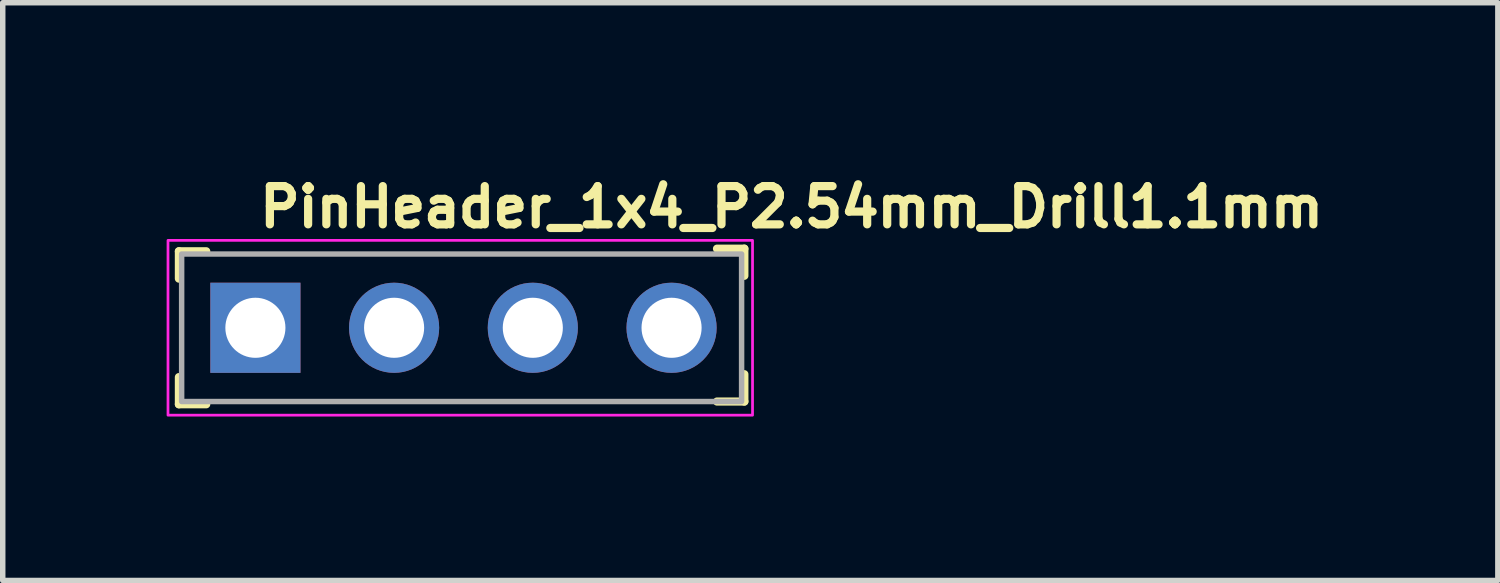
<source format=kicad_pcb>
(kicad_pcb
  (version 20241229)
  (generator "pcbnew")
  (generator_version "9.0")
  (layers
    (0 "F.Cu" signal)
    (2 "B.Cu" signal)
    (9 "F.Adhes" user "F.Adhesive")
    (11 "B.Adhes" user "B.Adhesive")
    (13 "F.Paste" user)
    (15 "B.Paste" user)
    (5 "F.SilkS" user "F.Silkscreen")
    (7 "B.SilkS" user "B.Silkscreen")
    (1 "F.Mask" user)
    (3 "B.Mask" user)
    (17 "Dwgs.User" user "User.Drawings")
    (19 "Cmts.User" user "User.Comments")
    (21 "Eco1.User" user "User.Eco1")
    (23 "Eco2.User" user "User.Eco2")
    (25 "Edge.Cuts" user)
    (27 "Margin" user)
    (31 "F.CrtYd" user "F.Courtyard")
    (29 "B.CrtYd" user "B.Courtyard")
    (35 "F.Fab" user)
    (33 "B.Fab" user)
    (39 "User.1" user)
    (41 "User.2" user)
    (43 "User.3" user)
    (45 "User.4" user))
  (footprint "PinHeader_1x4_P2.54mm_Drill1.1mm"
    (layer "F.Cu")
    (at 1.625 2.95)
    (property "Reference" "PinHeader_1x4_P2.54mm_Drill1.1mm" (at 0 -1.8 0) (layer "F.SilkS") (effects (font (size 0.7 0.7) (thickness 0.15)) (justify left bottom)))
    (attr through_hole)
    (fp_line (start -1.4 -1.4) (end -1.4 -0.9) (stroke (width 0.15) (type solid)) (layer "F.SilkS"))
    (fp_line (start -1.4 -1.4) (end -0.9 -1.4) (stroke (width 0.15) (type solid)) (layer "F.SilkS"))
    (fp_line (start -1.4 1.4) (end -1.4 0.903) (stroke (width 0.15) (type solid)) (layer "F.SilkS"))
    (fp_line (start -1.4 1.4) (end -0.9 1.4) (stroke (width 0.15) (type solid)) (layer "F.SilkS"))
    (fp_line (start 8.95 -1.448) (end 8.45 -1.448) (stroke (width 0.15) (type solid)) (layer "F.SilkS"))
    (fp_line (start 8.95 -1.448) (end 8.95 -0.952) (stroke (width 0.15) (type solid)) (layer "F.SilkS"))
    (fp_line (start 8.95 1.35) (end 8.45 1.35) (stroke (width 0.15) (type solid)) (layer "F.SilkS"))
    (fp_line (start 8.95 1.35) (end 8.95 0.85) (stroke (width 0.15) (type solid)) (layer "F.SilkS"))
    (fp_rect (start -1.6 -1.6) (end 9.1 1.6) (stroke (width 0.05) (type solid)) (fill no) (layer "F.CrtYd"))
    (fp_rect (start -1.35 -1.35) (end 8.9 1.35) (stroke (width 0.1) (type solid)) (fill no) (layer "F.Fab"))
    (fp_rect (start -1.27 -1.27) (end 8.879 1.269) (stroke (width 0.1) (type solid)) (fill no) (layer "User.5"))
    (fp_line (start -1.27 -1.27) (end 1.044 -1.27) (stroke (width 0.02) (type solid)) (layer "User.9"))
    (fp_line (start -1.27 1.269) (end -1.27 -1.27) (stroke (width 0.02) (type solid)) (layer "User.9"))
    (fp_line (start -1.27 1.269) (end 1.044 1.269) (stroke (width 0.02) (type solid)) (layer "User.9"))
    (fp_line (start -0.32 -0.32) (end -0.064 -0.064) (stroke (width 0.02) (type solid)) (layer "User.9"))
    (fp_line (start -0.32 -0.32) (end 0.32 -0.32) (stroke (width 0.02) (type solid)) (layer "User.9"))
    (fp_line (start -0.32 0.32) (end -0.32 -0.32) (stroke (width 0.02) (type solid)) (layer "User.9"))
    (fp_line (start -0.32 0.32) (end -0.064 0.064) (stroke (width 0.02) (type solid)) (layer "User.9"))
    (fp_line (start -0.32 0.32) (end 0.32 0.32) (stroke (width 0.02) (type solid)) (layer "User.9"))
    (fp_line (start -0.064 -0.064) (end 0.064 -0.064) (stroke (width 0.02) (type solid)) (layer "User.9"))
    (fp_line (start -0.064 0.064) (end -0.064 -0.064) (stroke (width 0.02) (type solid)) (layer "User.9"))
    (fp_line (start -0.064 0.064) (end 0.064 0.064) (stroke (width 0.02) (type solid)) (layer "User.9"))
    (fp_line (start 0.064 0.064) (end 0.064 -0.064) (stroke (width 0.02) (type solid)) (layer "User.9"))
    (fp_line (start 0.32 -0.32) (end 0.064 -0.064) (stroke (width 0.02) (type solid)) (layer "User.9"))
    (fp_line (start 0.32 0.32) (end 0.064 0.064) (stroke (width 0.02) (type solid)) (layer "User.9"))
    (fp_line (start 0.32 0.32) (end 0.32 -0.32) (stroke (width 0.02) (type solid)) (layer "User.9"))
    (fp_line (start 1.044 -1.27) (end 1.269 -1.047) (stroke (width 0.02) (type solid)) (layer "User.9"))
    (fp_line (start 1.044 1.269) (end 1.044 -1.27) (stroke (width 0.02) (type solid)) (layer "User.9"))
    (fp_line (start 1.044 1.269) (end 1.269 1.044) (stroke (width 0.02) (type solid)) (layer "User.9"))
    (fp_line (start 1.269 1.044) (end 1.269 -1.047) (stroke (width 0.02) (type solid)) (layer "User.9"))
    (fp_line (start 1.493 -1.27) (end 1.269 -1.047) (stroke (width 0.02) (type solid)) (layer "User.9"))
    (fp_line (start 1.493 -1.27) (end 3.584 -1.27) (stroke (width 0.02) (type solid)) (layer "User.9"))
    (fp_line (start 1.493 1.269) (end 1.269 1.044) (stroke (width 0.02) (type solid)) (layer "User.9"))
    (fp_line (start 1.493 1.269) (end 1.493 -1.27) (stroke (width 0.02) (type solid)) (layer "User.9"))
    (fp_line (start 1.493 1.269) (end 3.584 1.269) (stroke (width 0.02) (type solid)) (layer "User.9"))
    (fp_line (start 2.22 -0.32) (end 2.475 -0.064) (stroke (width 0.02) (type solid)) (layer "User.9"))
    (fp_line (start 2.22 -0.32) (end 2.858 -0.32) (stroke (width 0.02) (type solid)) (layer "User.9"))
    (fp_line (start 2.22 0.32) (end 2.22 -0.32) (stroke (width 0.02) (type solid)) (layer "User.9"))
    (fp_line (start 2.22 0.32) (end 2.475 0.064) (stroke (width 0.02) (type solid)) (layer "User.9"))
    (fp_line (start 2.22 0.32) (end 2.858 0.32) (stroke (width 0.02) (type solid)) (layer "User.9"))
    (fp_line (start 2.475 -0.064) (end 2.604 -0.064) (stroke (width 0.02) (type solid)) (layer "User.9"))
    (fp_line (start 2.475 0.064) (end 2.475 -0.064) (stroke (width 0.02) (type solid)) (layer "User.9"))
    (fp_line (start 2.475 0.064) (end 2.604 0.064) (stroke (width 0.02) (type solid)) (layer "User.9"))
    (fp_line (start 2.604 0.064) (end 2.604 -0.064) (stroke (width 0.02) (type solid)) (layer "User.9"))
    (fp_line (start 2.858 -0.32) (end 2.604 -0.064) (stroke (width 0.02) (type solid)) (layer "User.9"))
    (fp_line (start 2.858 0.32) (end 2.604 0.064) (stroke (width 0.02) (type solid)) (layer "User.9"))
    (fp_line (start 2.858 0.32) (end 2.858 -0.32) (stroke (width 0.02) (type solid)) (layer "User.9"))
    (fp_line (start 3.584 -1.27) (end 3.809 -1.047) (stroke (width 0.02) (type solid)) (layer "User.9"))
    (fp_line (start 3.584 1.269) (end 3.584 -1.27) (stroke (width 0.02) (type solid)) (layer "User.9"))
    (fp_line (start 3.584 1.269) (end 3.809 1.044) (stroke (width 0.02) (type solid)) (layer "User.9"))
    (fp_line (start 3.809 1.044) (end 3.809 -1.047) (stroke (width 0.02) (type solid)) (layer "User.9"))
    (fp_line (start 4.033 -1.27) (end 3.809 -1.047) (stroke (width 0.02) (type solid)) (layer "User.9"))
    (fp_line (start 4.033 -1.27) (end 6.124 -1.27) (stroke (width 0.02) (type solid)) (layer "User.9"))
    (fp_line (start 4.033 1.269) (end 3.809 1.044) (stroke (width 0.02) (type solid)) (layer "User.9"))
    (fp_line (start 4.033 1.269) (end 4.033 -1.27) (stroke (width 0.02) (type solid)) (layer "User.9"))
    (fp_line (start 4.033 1.269) (end 6.124 1.269) (stroke (width 0.02) (type solid)) (layer "User.9"))
    (fp_line (start 4.759 -0.32) (end 5.014 -0.064) (stroke (width 0.02) (type solid)) (layer "User.9"))
    (fp_line (start 4.759 -0.32) (end 5.4 -0.32) (stroke (width 0.02) (type solid)) (layer "User.9"))
    (fp_line (start 4.759 0.32) (end 4.759 -0.32) (stroke (width 0.02) (type solid)) (layer "User.9"))
    (fp_line (start 4.759 0.32) (end 5.014 0.064) (stroke (width 0.02) (type solid)) (layer "User.9"))
    (fp_line (start 4.759 0.32) (end 5.4 0.32) (stroke (width 0.02) (type solid)) (layer "User.9"))
    (fp_line (start 5.014 -0.064) (end 5.144 -0.064) (stroke (width 0.02) (type solid)) (layer "User.9"))
    (fp_line (start 5.014 0.064) (end 5.014 -0.064) (stroke (width 0.02) (type solid)) (layer "User.9"))
    (fp_line (start 5.014 0.064) (end 5.144 0.064) (stroke (width 0.02) (type solid)) (layer "User.9"))
    (fp_line (start 5.144 0.064) (end 5.144 -0.064) (stroke (width 0.02) (type solid)) (layer "User.9"))
    (fp_line (start 5.4 -0.32) (end 5.144 -0.064) (stroke (width 0.02) (type solid)) (layer "User.9"))
    (fp_line (start 5.4 0.32) (end 5.144 0.064) (stroke (width 0.02) (type solid)) (layer "User.9"))
    (fp_line (start 5.4 0.32) (end 5.4 -0.32) (stroke (width 0.02) (type solid)) (layer "User.9"))
    (fp_line (start 6.124 -1.27) (end 6.349 -1.047) (stroke (width 0.02) (type solid)) (layer "User.9"))
    (fp_line (start 6.124 1.269) (end 6.124 -1.27) (stroke (width 0.02) (type solid)) (layer "User.9"))
    (fp_line (start 6.124 1.269) (end 6.349 1.044) (stroke (width 0.02) (type solid)) (layer "User.9"))
    (fp_line (start 6.349 1.044) (end 6.349 -1.047) (stroke (width 0.02) (type solid)) (layer "User.9"))
    (fp_line (start 6.573 -1.27) (end 6.349 -1.047) (stroke (width 0.02) (type solid)) (layer "User.9"))
    (fp_line (start 6.573 -1.27) (end 8.665 -1.27) (stroke (width 0.02) (type solid)) (layer "User.9"))
    (fp_line (start 6.573 1.269) (end 6.349 1.044) (stroke (width 0.02) (type solid)) (layer "User.9"))
    (fp_line (start 6.573 1.269) (end 6.573 -1.27) (stroke (width 0.02) (type solid)) (layer "User.9"))
    (fp_line (start 6.573 1.269) (end 8.665 1.269) (stroke (width 0.02) (type solid)) (layer "User.9"))
    (fp_line (start 7.299 -0.32) (end 7.554 -0.064) (stroke (width 0.02) (type solid)) (layer "User.9"))
    (fp_line (start 7.299 -0.32) (end 7.94 -0.32) (stroke (width 0.02) (type solid)) (layer "User.9"))
    (fp_line (start 7.299 0.32) (end 7.299 -0.32) (stroke (width 0.02) (type solid)) (layer "User.9"))
    (fp_line (start 7.299 0.32) (end 7.554 0.064) (stroke (width 0.02) (type solid)) (layer "User.9"))
    (fp_line (start 7.299 0.32) (end 7.94 0.32) (stroke (width 0.02) (type solid)) (layer "User.9"))
    (fp_line (start 7.554 -0.064) (end 7.684 -0.064) (stroke (width 0.02) (type solid)) (layer "User.9"))
    (fp_line (start 7.554 0.064) (end 7.554 -0.064) (stroke (width 0.02) (type solid)) (layer "User.9"))
    (fp_line (start 7.554 0.064) (end 7.684 0.064) (stroke (width 0.02) (type solid)) (layer "User.9"))
    (fp_line (start 7.684 0.064) (end 7.684 -0.064) (stroke (width 0.02) (type solid)) (layer "User.9"))
    (fp_line (start 7.94 -0.32) (end 7.684 -0.064) (stroke (width 0.02) (type solid)) (layer "User.9"))
    (fp_line (start 7.94 0.32) (end 7.684 0.064) (stroke (width 0.02) (type solid)) (layer "User.9"))
    (fp_line (start 7.94 0.32) (end 7.94 -0.32) (stroke (width 0.02) (type solid)) (layer "User.9"))
    (fp_line (start 8.665 -1.27) (end 8.89 -1.047) (stroke (width 0.02) (type solid)) (layer "User.9"))
    (fp_line (start 8.665 1.269) (end 8.665 -1.27) (stroke (width 0.02) (type solid)) (layer "User.9"))
    (fp_line (start 8.665 1.269) (end 8.89 1.044) (stroke (width 0.02) (type solid)) (layer "User.9"))
    (fp_line (start 8.89 1.044) (end 8.89 -1.047) (stroke (width 0.02) (type solid)) (layer "User.9"))
    (pad "1" thru_hole rect (at 0 0) (size 1.65 1.65) (drill 1.1) (layers "*.Cu" "*.Mask"))
    (pad "2" thru_hole circle (at 2.539 0) (size 1.65 1.65) (drill 1.1) (layers "*.Cu" "*.Mask"))
    (pad "3" thru_hole circle (at 5.078 0) (size 1.65 1.65) (drill 1.1) (layers "*.Cu" "*.Mask"))
    (pad "4" thru_hole circle (at 7.618 0) (size 1.65 1.65) (drill 1.1) (layers "*.Cu" "*.Mask")))
  (gr_rect
    (start -3 -3)
    (end 24.368 7.575)
    (stroke (width 0.1) (type default))
    (fill no)
    (layer "Edge.Cuts")))
</source>
